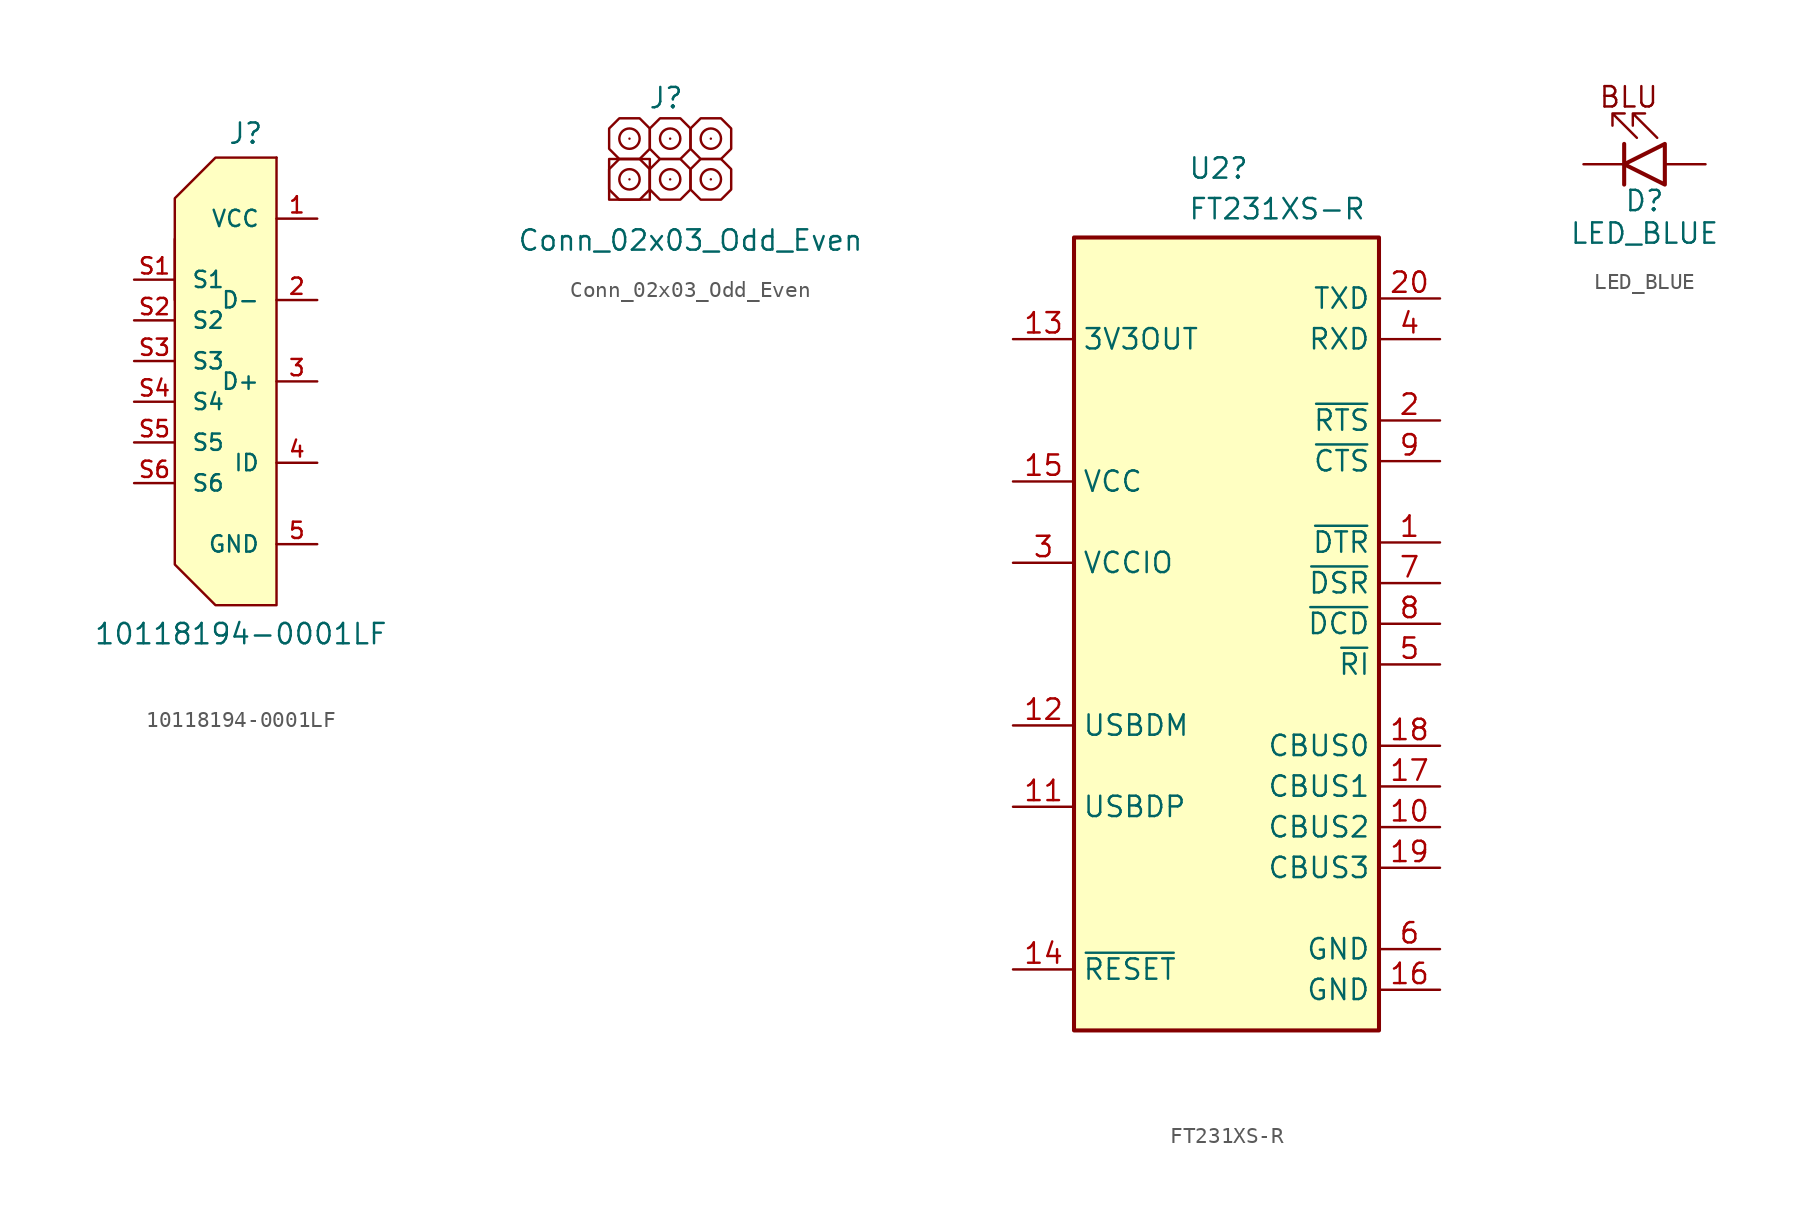
<source format=kicad_sym>
(kicad_symbol_lib
  (version 20241209)
  (generator "kicad_symbol_editor")
  (generator_version "9.0")
  (symbol "10118194-0001LF"
    (pin_names
      (offset 1.016))
    (property "Reference" "J"
      (at 0.762 18.542 0)
      (effects (font (size 1.27 1.27)) (justify left bottom)))
    (property "Value" "10118194-0001LF"
      (at -7.62 -12.7 0)
      (effects (font (size 1.27 1.27)) (justify left bottom)))
    (symbol "10118194-0001LF_0_1"
      (polyline (pts (xy 3.81 17.78) (xy 0 17.78) (xy -2.54 15.24) (xy -2.54 11.43) (xy -2.54 8.89)) (stroke (width 0) (type default)) (fill (type background)))
      (polyline (pts (xy 3.81 17.78) (xy 3.81 -10.16) (xy 0 -10.16) (xy -2.54 -7.62) (xy -2.54 12.7)) (stroke (width 0) (type default)) (fill (type background))))
    (symbol "10118194-0001LF_1_0"
      (pin passive line (at -5.08 10.16 0) (length 2.54) (name "S1" (effects (font (size 1.016 1.016)))) (number "S1" (effects (font (size 1.016 1.016)))))
      (pin passive line (at -5.08 7.62 0) (length 2.54) (name "S2" (effects (font (size 1.016 1.016)))) (number "S2" (effects (font (size 1.016 1.016)))))
      (pin passive line (at -5.08 5.08 0) (length 2.54) (name "S3" (effects (font (size 1.016 1.016)))) (number "S3" (effects (font (size 1.016 1.016)))))
      (pin passive line (at -5.08 2.54 0) (length 2.54) (name "S4" (effects (font (size 1.016 1.016)))) (number "S4" (effects (font (size 1.016 1.016)))))
      (pin passive line (at -5.08 0 0) (length 2.54) (name "S5" (effects (font (size 1.016 1.016)))) (number "S5" (effects (font (size 1.016 1.016)))))
      (pin passive line (at -5.08 -2.54 0) (length 2.54) (name "S6" (effects (font (size 1.016 1.016)))) (number "S6" (effects (font (size 1.016 1.016)))))
      (pin power_in line (at 6.35 13.97 180) (length 2.54) (name "VCC" (effects (font (size 1.016 1.016)))) (number "1" (effects (font (size 1.016 1.016)))))
      (pin bidirectional line (at 6.35 8.89 180) (length 2.54) (name "D-" (effects (font (size 1.016 1.016)))) (number "2" (effects (font (size 1.016 1.016)))))
      (pin bidirectional line (at 6.35 3.81 180) (length 2.54) (name "D+" (effects (font (size 1.016 1.016)))) (number "3" (effects (font (size 1.016 1.016)))))
      (pin bidirectional line (at 6.35 -1.27 180) (length 2.54) (name "ID" (effects (font (size 1.016 1.016)))) (number "4" (effects (font (size 1.016 1.016)))))
      (pin power_in line (at 6.35 -6.35 180) (length 2.54) (name "GND" (effects (font (size 1.016 1.016)))) (number "5" (effects (font (size 1.016 1.016)))))))
  (symbol "Conn_02x03_Odd_Even"
    (pin_names
      (offset 1.016)
      (hide yes))
    (property "Reference" "J"
      (at -0.254 3.81 0)
      (effects (font (size 1.27 1.27))))
    (property "Value" "Conn_02x03_Odd_Even"
      (at 1.27 -5.08 0)
      (effects (font (size 1.27 1.27))))
    (symbol "Conn_02x03_Odd_Even_0_1"
      (polyline (pts (xy -3.81 -0.635) (xy -3.81 0) (xy -1.27 0) (xy -1.27 -2.54) (xy -3.81 -2.54) (xy -3.81 -0.635)) (stroke (width 0) (type default)) (fill (type none)))
      (polyline (pts (xy -3.175 2.54) (xy -1.905 2.54) (xy -1.27 1.905) (xy -1.27 0.635) (xy -1.905 0) (xy -3.175 0) (xy -3.81 0.635) (xy -3.81 1.905) (xy -3.175 2.54)) (stroke (width 0) (type default)) (fill (type none)))
      (polyline (pts (xy -3.175 0) (xy -1.905 0) (xy -1.27 -0.635) (xy -1.27 -1.905) (xy -1.905 -2.54) (xy -3.175 -2.54) (xy -3.81 -1.905) (xy -3.81 -0.635) (xy -3.175 0)) (stroke (width 0) (type default)) (fill (type none)))
      (circle (center -2.54 1.27) (radius 0.635) (stroke (width 0) (type default)) (fill (type none)))
      (circle (center -2.54 -1.27) (radius 0.635) (stroke (width 0) (type default)) (fill (type none)))
      (polyline (pts (xy -0.635 2.54) (xy 0.635 2.54) (xy 1.27 1.905) (xy 1.27 0.635) (xy 0.635 0) (xy -0.635 0) (xy -1.27 0.635) (xy -1.27 1.905) (xy -0.635 2.54)) (stroke (width 0) (type default)) (fill (type none)))
      (polyline (pts (xy -0.635 0) (xy 0.635 0) (xy 1.27 -0.635) (xy 1.27 -1.905) (xy 0.635 -2.54) (xy -0.635 -2.54) (xy -1.27 -1.905) (xy -1.27 -0.635) (xy -0.635 0)) (stroke (width 0) (type default)) (fill (type none)))
      (circle (center 0 1.27) (radius 0.635) (stroke (width 0) (type default)) (fill (type none)))
      (circle (center 0 -1.27) (radius 0.635) (stroke (width 0) (type default)) (fill (type none)))
      (polyline (pts (xy 1.905 2.54) (xy 3.175 2.54) (xy 3.81 1.905) (xy 3.81 0.635) (xy 3.175 0) (xy 1.905 0) (xy 1.27 0.635) (xy 1.27 1.905) (xy 1.905 2.54)) (stroke (width 0) (type default)) (fill (type none)))
      (polyline (pts (xy 1.905 0) (xy 3.175 0) (xy 3.81 -0.635) (xy 3.81 -1.905) (xy 3.175 -2.54) (xy 1.905 -2.54) (xy 1.27 -1.905) (xy 1.27 -0.635) (xy 1.905 0)) (stroke (width 0) (type default)) (fill (type none)))
      (circle (center 2.54 1.27) (radius 0.635) (stroke (width 0) (type default)) (fill (type none)))
      (circle (center 2.54 -1.27) (radius 0.635) (stroke (width 0) (type default)) (fill (type none))))
    (symbol "Conn_02x03_Odd_Even_1_1"
      (pin passive line (at -2.54 1.27 180) (length 0) (name "Pin_2" (effects (font (size 0 0)))) (number "2" (effects (font (size 0 0)))))
      (pin passive line (at -2.54 -1.27 0) (length 0) (name "Pin_1" (effects (font (size 0 0)))) (number "1" (effects (font (size 0 0)))))
      (pin passive line (at 0 1.27 180) (length 0) (name "Pin_4" (effects (font (size 0 0)))) (number "4" (effects (font (size 0 0)))))
      (pin passive line (at 0 -1.27 0) (length 0) (name "Pin_3" (effects (font (size 0 0)))) (number "3" (effects (font (size 0 0)))))
      (pin passive line (at 2.54 1.27 180) (length 0) (name "Pin_6" (effects (font (size 0 0)))) (number "6" (effects (font (size 0 0)))))
      (pin passive line (at 2.54 -1.27 0) (length 0) (name "Pin_5" (effects (font (size 0 0)))) (number "5" (effects (font (size 0 0)))))))
  (symbol "FT231XS-R"
    (property "Reference" "U2"
      (at -3.048 23.368 0)
      (effects (font (size 1.27 1.27)) (justify left)))
    (property "Value" "FT231XS-R"
      (at -3.048 20.828 0)
      (effects (font (size 1.27 1.27)) (justify left)))
    (symbol "FT231XS-R_0_1"
      (rectangle (start -10.16 19.05) (end 8.89 -30.48) (stroke (width 0.254) (type default)) (fill (type background))))
    (symbol "FT231XS-R_1_1"
      (pin power_out line (at -13.97 12.7 0) (length 3.81) (name "3V3OUT" (effects (font (size 1.27 1.27)))) (number "13" (effects (font (size 1.27 1.27)))))
      (pin power_in line (at -13.97 3.81 0) (length 3.81) (name "VCC" (effects (font (size 1.27 1.27)))) (number "15" (effects (font (size 1.27 1.27)))))
      (pin power_in line (at -13.97 -1.27 0) (length 3.81) (name "VCCIO" (effects (font (size 1.27 1.27)))) (number "3" (effects (font (size 1.27 1.27)))))
      (pin bidirectional line (at -13.97 -11.43 0) (length 3.81) (name "USBDM" (effects (font (size 1.27 1.27)))) (number "12" (effects (font (size 1.27 1.27)))))
      (pin bidirectional line (at -13.97 -16.51 0) (length 3.81) (name "USBDP" (effects (font (size 1.27 1.27)))) (number "11" (effects (font (size 1.27 1.27)))))
      (pin input line (at -13.97 -26.67 0) (length 3.81) (name "~{RESET}" (effects (font (size 1.27 1.27)))) (number "14" (effects (font (size 1.27 1.27)))))
      (pin output line (at 12.7 15.24 180) (length 3.81) (name "TXD" (effects (font (size 1.27 1.27)))) (number "20" (effects (font (size 1.27 1.27)))))
      (pin input line (at 12.7 12.7 180) (length 3.81) (name "RXD" (effects (font (size 1.27 1.27)))) (number "4" (effects (font (size 1.27 1.27)))))
      (pin output line (at 12.7 7.62 180) (length 3.81) (name "~{RTS}" (effects (font (size 1.27 1.27)))) (number "2" (effects (font (size 1.27 1.27)))))
      (pin input line (at 12.7 5.08 180) (length 3.81) (name "~{CTS}" (effects (font (size 1.27 1.27)))) (number "9" (effects (font (size 1.27 1.27)))))
      (pin output line (at 12.7 0 180) (length 3.81) (name "~{DTR}" (effects (font (size 1.27 1.27)))) (number "1" (effects (font (size 1.27 1.27)))))
      (pin input line (at 12.7 -2.54 180) (length 3.81) (name "~{DSR}" (effects (font (size 1.27 1.27)))) (number "7" (effects (font (size 1.27 1.27)))))
      (pin input line (at 12.7 -5.08 180) (length 3.81) (name "~{DCD}" (effects (font (size 1.27 1.27)))) (number "8" (effects (font (size 1.27 1.27)))))
      (pin input line (at 12.7 -7.62 180) (length 3.81) (name "~{RI}" (effects (font (size 1.27 1.27)))) (number "5" (effects (font (size 1.27 1.27)))))
      (pin bidirectional line (at 12.7 -12.7 180) (length 3.81) (name "CBUS0" (effects (font (size 1.27 1.27)))) (number "18" (effects (font (size 1.27 1.27)))))
      (pin bidirectional line (at 12.7 -15.24 180) (length 3.81) (name "CBUS1" (effects (font (size 1.27 1.27)))) (number "17" (effects (font (size 1.27 1.27)))))
      (pin bidirectional line (at 12.7 -17.78 180) (length 3.81) (name "CBUS2" (effects (font (size 1.27 1.27)))) (number "10" (effects (font (size 1.27 1.27)))))
      (pin bidirectional line (at 12.7 -20.32 180) (length 3.81) (name "CBUS3" (effects (font (size 1.27 1.27)))) (number "19" (effects (font (size 1.27 1.27)))))
      (pin power_in line (at 12.7 -25.4 180) (length 3.81) (name "GND" (effects (font (size 1.27 1.27)))) (number "6" (effects (font (size 1.27 1.27)))))
      (pin power_in line (at 12.7 -27.94 180) (length 3.81) (name "GND" (effects (font (size 1.27 1.27)))) (number "16" (effects (font (size 1.27 1.27)))))))
  (symbol "LED_BLUE"
    (pin_numbers
      (hide yes))
    (pin_names
      (offset 1.016)
      (hide yes))
    (property "Reference" "D"
      (at 0 -2.286 0)
      (effects (font (size 1.27 1.27))))
    (property "Value" "LED_BLUE"
      (at 0 -4.318 0)
      (effects (font (size 1.27 1.27))))
    (symbol "LED_BLUE_0_1"
      (polyline (pts (xy -1.27 -1.27) (xy -1.27 1.27)) (stroke (width 0.254) (type default)) (fill (type none)))
      (polyline (pts (xy -0.476 1.649) (xy -2 3.173) (xy -1.238 3.173) (xy -2 3.173) (xy -2 2.411)) (stroke (width 0) (type default)) (fill (type none)))
      (polyline (pts (xy 0.794 1.649) (xy -0.73 3.173) (xy 0.032 3.173) (xy -0.73 3.173) (xy -0.73 2.411)) (stroke (width 0) (type default)) (fill (type none)))
      (polyline (pts (xy 1.27 -1.27) (xy 1.27 1.27) (xy -1.27 0) (xy 1.27 -1.27)) (stroke (width 0.254) (type default)) (fill (type none))))
    (symbol "LED_BLUE_1_1"
      (text "BLU" (at -0.984 4.189 0) (effects (font (size 1.27 1.27))))
      (pin passive line (at -3.81 0 0) (length 2.54) (name "K" (effects (font (size 1.27 1.27)))) (number "1" (effects (font (size 1.27 1.27)))))
      (pin passive line (at 3.81 0 180) (length 2.54) (name "A" (effects (font (size 1.27 1.27)))) (number "2" (effects (font (size 1.27 1.27))))))))
</source>
